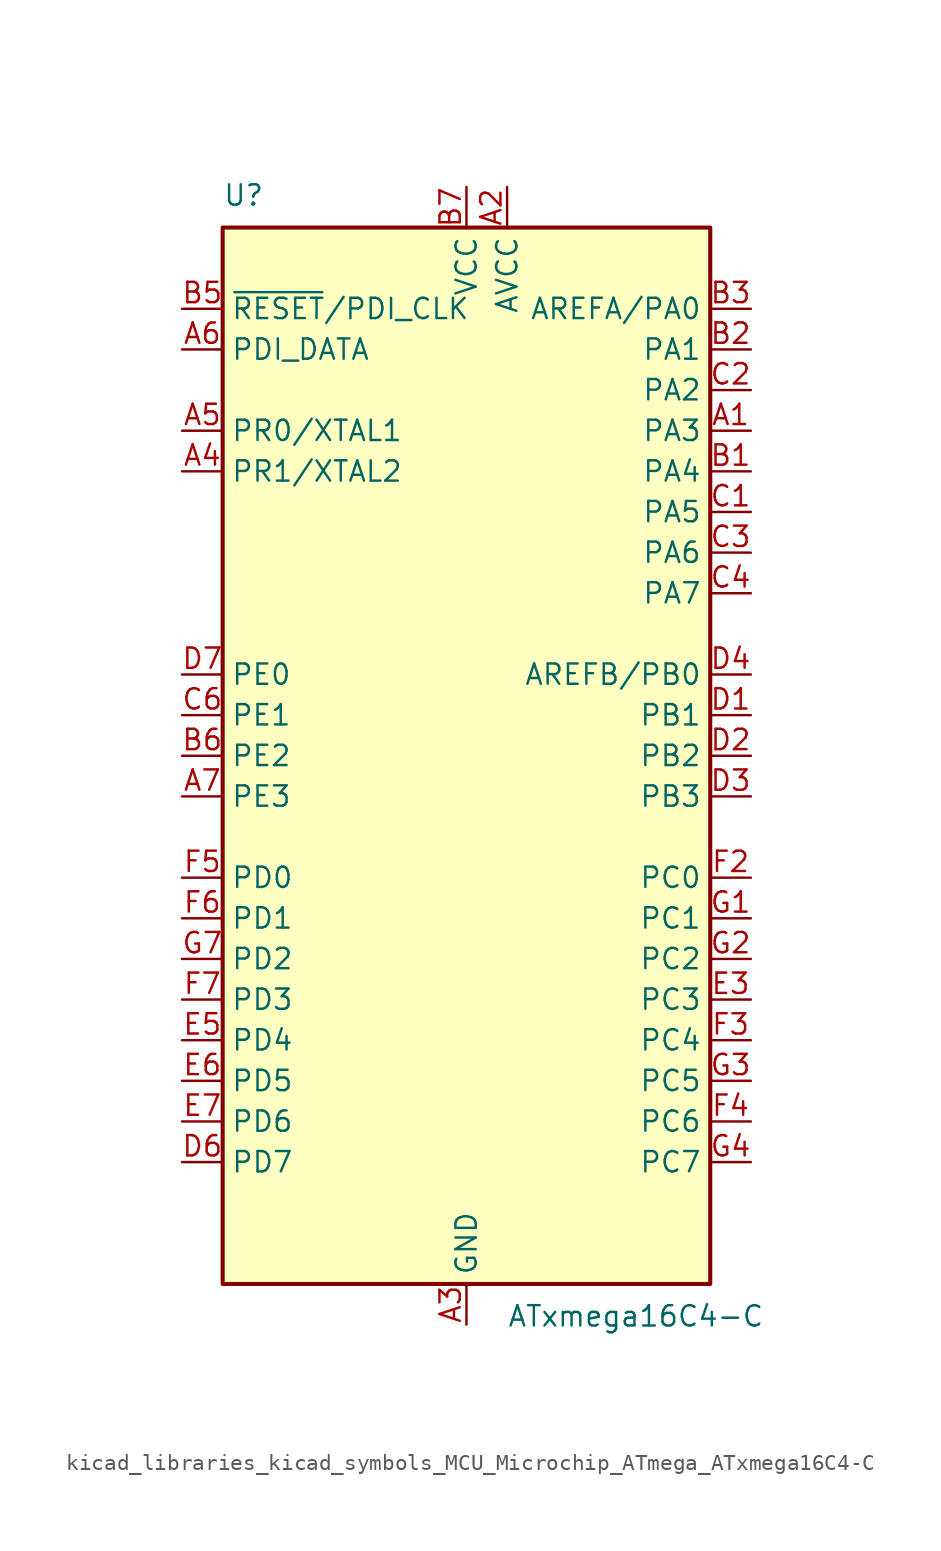
<source format=kicad_sym>
(kicad_symbol_lib
  (version 20220914)
  (generator kicad_symbol_editor)
  (symbol "kicad_libraries_kicad_symbols_MCU_Microchip_ATmega_ATxmega16C4-C"
    (property "Reference" "U"
      (at -15.24 34.29 0)
      (effects (font (size 1.27 1.27)) (justify left bottom)))
    (property "Value" "ATxmega16C4-C"
      (at 2.54 -34.29 0)
      (effects (font (size 1.27 1.27)) (justify left top)))
    (symbol "kicad_libraries_kicad_symbols_MCU_Microchip_ATmega_ATxmega16C4-C_0_1"
      (rectangle (start -15.24 -33.02) (end 15.24 33.02) (stroke (width 0.254) (type default)) (fill (type background))))
    (symbol "kicad_libraries_kicad_symbols_MCU_Microchip_ATmega_ATxmega16C4-C_1_1"
      (pin bidirectional line (at 17.78 20.32 180) (length 2.54) (name "PA3" (effects (font (size 1.27 1.27)))) (number "A1" (effects (font (size 1.27 1.27)))))
      (pin power_in line (at 2.54 35.56 270) (length 2.54) (name "AVCC" (effects (font (size 1.27 1.27)))) (number "A2" (effects (font (size 1.27 1.27)))))
      (pin power_in line (at 0 -35.56 90) (length 2.54) (name "GND" (effects (font (size 1.27 1.27)))) (number "A3" (effects (font (size 1.27 1.27)))))
      (pin bidirectional line (at -17.78 17.78 0) (length 2.54) (name "PR1/XTAL2" (effects (font (size 1.27 1.27)))) (number "A4" (effects (font (size 1.27 1.27)))))
      (pin bidirectional line (at -17.78 20.32 0) (length 2.54) (name "PR0/XTAL1" (effects (font (size 1.27 1.27)))) (number "A5" (effects (font (size 1.27 1.27)))))
      (pin bidirectional line (at -17.78 25.4 0) (length 2.54) (name "PDI_DATA" (effects (font (size 1.27 1.27)))) (number "A6" (effects (font (size 1.27 1.27)))))
      (pin bidirectional line (at -17.78 -2.54 0) (length 2.54) (name "PE3" (effects (font (size 1.27 1.27)))) (number "A7" (effects (font (size 1.27 1.27)))))
      (pin bidirectional line (at 17.78 17.78 180) (length 2.54) (name "PA4" (effects (font (size 1.27 1.27)))) (number "B1" (effects (font (size 1.27 1.27)))))
      (pin bidirectional line (at 17.78 25.4 180) (length 2.54) (name "PA1" (effects (font (size 1.27 1.27)))) (number "B2" (effects (font (size 1.27 1.27)))))
      (pin bidirectional line (at 17.78 27.94 180) (length 2.54) (name "AREFA/PA0" (effects (font (size 1.27 1.27)))) (number "B3" (effects (font (size 1.27 1.27)))))
      (pin passive line (at 0 -35.56 90) (length 2.54) hide (name "GND" (effects (font (size 1.27 1.27)))) (number "B4" (effects (font (size 1.27 1.27)))))
      (pin input line (at -17.78 27.94 0) (length 2.54) (name "~{RESET}/PDI_CLK" (effects (font (size 1.27 1.27)))) (number "B5" (effects (font (size 1.27 1.27)))))
      (pin bidirectional line (at -17.78 0 0) (length 2.54) (name "PE2" (effects (font (size 1.27 1.27)))) (number "B6" (effects (font (size 1.27 1.27)))))
      (pin power_in line (at 0 35.56 270) (length 2.54) (name "VCC" (effects (font (size 1.27 1.27)))) (number "B7" (effects (font (size 1.27 1.27)))))
      (pin bidirectional line (at 17.78 15.24 180) (length 2.54) (name "PA5" (effects (font (size 1.27 1.27)))) (number "C1" (effects (font (size 1.27 1.27)))))
      (pin bidirectional line (at 17.78 22.86 180) (length 2.54) (name "PA2" (effects (font (size 1.27 1.27)))) (number "C2" (effects (font (size 1.27 1.27)))))
      (pin bidirectional line (at 17.78 12.7 180) (length 2.54) (name "PA6" (effects (font (size 1.27 1.27)))) (number "C3" (effects (font (size 1.27 1.27)))))
      (pin bidirectional line (at 17.78 10.16 180) (length 2.54) (name "PA7" (effects (font (size 1.27 1.27)))) (number "C4" (effects (font (size 1.27 1.27)))))
      (pin passive line (at 0 -35.56 90) (length 2.54) hide (name "GND" (effects (font (size 1.27 1.27)))) (number "C5" (effects (font (size 1.27 1.27)))))
      (pin bidirectional line (at -17.78 2.54 0) (length 2.54) (name "PE1" (effects (font (size 1.27 1.27)))) (number "C6" (effects (font (size 1.27 1.27)))))
      (pin passive line (at 0 -35.56 90) (length 2.54) hide (name "GND" (effects (font (size 1.27 1.27)))) (number "C7" (effects (font (size 1.27 1.27)))))
      (pin bidirectional line (at 17.78 2.54 180) (length 2.54) (name "PB1" (effects (font (size 1.27 1.27)))) (number "D1" (effects (font (size 1.27 1.27)))))
      (pin bidirectional line (at 17.78 0 180) (length 2.54) (name "PB2" (effects (font (size 1.27 1.27)))) (number "D2" (effects (font (size 1.27 1.27)))))
      (pin bidirectional line (at 17.78 -2.54 180) (length 2.54) (name "PB3" (effects (font (size 1.27 1.27)))) (number "D3" (effects (font (size 1.27 1.27)))))
      (pin bidirectional line (at 17.78 5.08 180) (length 2.54) (name "AREFB/PB0" (effects (font (size 1.27 1.27)))) (number "D4" (effects (font (size 1.27 1.27)))))
      (pin passive line (at 0 -35.56 90) (length 2.54) hide (name "GND" (effects (font (size 1.27 1.27)))) (number "D5" (effects (font (size 1.27 1.27)))))
      (pin bidirectional line (at -17.78 -25.4 0) (length 2.54) (name "PD7" (effects (font (size 1.27 1.27)))) (number "D6" (effects (font (size 1.27 1.27)))))
      (pin bidirectional line (at -17.78 5.08 0) (length 2.54) (name "PE0" (effects (font (size 1.27 1.27)))) (number "D7" (effects (font (size 1.27 1.27)))))
      (pin passive line (at 0 -35.56 90) (length 2.54) hide (name "GND" (effects (font (size 1.27 1.27)))) (number "E1" (effects (font (size 1.27 1.27)))))
      (pin passive line (at 0 -35.56 90) (length 2.54) hide (name "GND" (effects (font (size 1.27 1.27)))) (number "E2" (effects (font (size 1.27 1.27)))))
      (pin bidirectional line (at 17.78 -15.24 180) (length 2.54) (name "PC3" (effects (font (size 1.27 1.27)))) (number "E3" (effects (font (size 1.27 1.27)))))
      (pin passive line (at 0 -35.56 90) (length 2.54) hide (name "GND" (effects (font (size 1.27 1.27)))) (number "E4" (effects (font (size 1.27 1.27)))))
      (pin bidirectional line (at -17.78 -17.78 0) (length 2.54) (name "PD4" (effects (font (size 1.27 1.27)))) (number "E5" (effects (font (size 1.27 1.27)))))
      (pin bidirectional line (at -17.78 -20.32 0) (length 2.54) (name "PD5" (effects (font (size 1.27 1.27)))) (number "E6" (effects (font (size 1.27 1.27)))))
      (pin bidirectional line (at -17.78 -22.86 0) (length 2.54) (name "PD6" (effects (font (size 1.27 1.27)))) (number "E7" (effects (font (size 1.27 1.27)))))
      (pin passive line (at 0 35.56 270) (length 2.54) hide (name "VCC" (effects (font (size 1.27 1.27)))) (number "F1" (effects (font (size 1.27 1.27)))))
      (pin bidirectional line (at 17.78 -7.62 180) (length 2.54) (name "PC0" (effects (font (size 1.27 1.27)))) (number "F2" (effects (font (size 1.27 1.27)))))
      (pin bidirectional line (at 17.78 -17.78 180) (length 2.54) (name "PC4" (effects (font (size 1.27 1.27)))) (number "F3" (effects (font (size 1.27 1.27)))))
      (pin bidirectional line (at 17.78 -22.86 180) (length 2.54) (name "PC6" (effects (font (size 1.27 1.27)))) (number "F4" (effects (font (size 1.27 1.27)))))
      (pin bidirectional line (at -17.78 -7.62 0) (length 2.54) (name "PD0" (effects (font (size 1.27 1.27)))) (number "F5" (effects (font (size 1.27 1.27)))))
      (pin bidirectional line (at -17.78 -10.16 0) (length 2.54) (name "PD1" (effects (font (size 1.27 1.27)))) (number "F6" (effects (font (size 1.27 1.27)))))
      (pin bidirectional line (at -17.78 -15.24 0) (length 2.54) (name "PD3" (effects (font (size 1.27 1.27)))) (number "F7" (effects (font (size 1.27 1.27)))))
      (pin bidirectional line (at 17.78 -10.16 180) (length 2.54) (name "PC1" (effects (font (size 1.27 1.27)))) (number "G1" (effects (font (size 1.27 1.27)))))
      (pin bidirectional line (at 17.78 -12.7 180) (length 2.54) (name "PC2" (effects (font (size 1.27 1.27)))) (number "G2" (effects (font (size 1.27 1.27)))))
      (pin bidirectional line (at 17.78 -20.32 180) (length 2.54) (name "PC5" (effects (font (size 1.27 1.27)))) (number "G3" (effects (font (size 1.27 1.27)))))
      (pin bidirectional line (at 17.78 -25.4 180) (length 2.54) (name "PC7" (effects (font (size 1.27 1.27)))) (number "G4" (effects (font (size 1.27 1.27)))))
      (pin passive line (at 0 -35.56 90) (length 2.54) hide (name "GND" (effects (font (size 1.27 1.27)))) (number "G5" (effects (font (size 1.27 1.27)))))
      (pin passive line (at 0 35.56 270) (length 2.54) hide (name "VCC" (effects (font (size 1.27 1.27)))) (number "G6" (effects (font (size 1.27 1.27)))))
      (pin bidirectional line (at -17.78 -12.7 0) (length 2.54) (name "PD2" (effects (font (size 1.27 1.27)))) (number "G7" (effects (font (size 1.27 1.27))))))))
</source>
